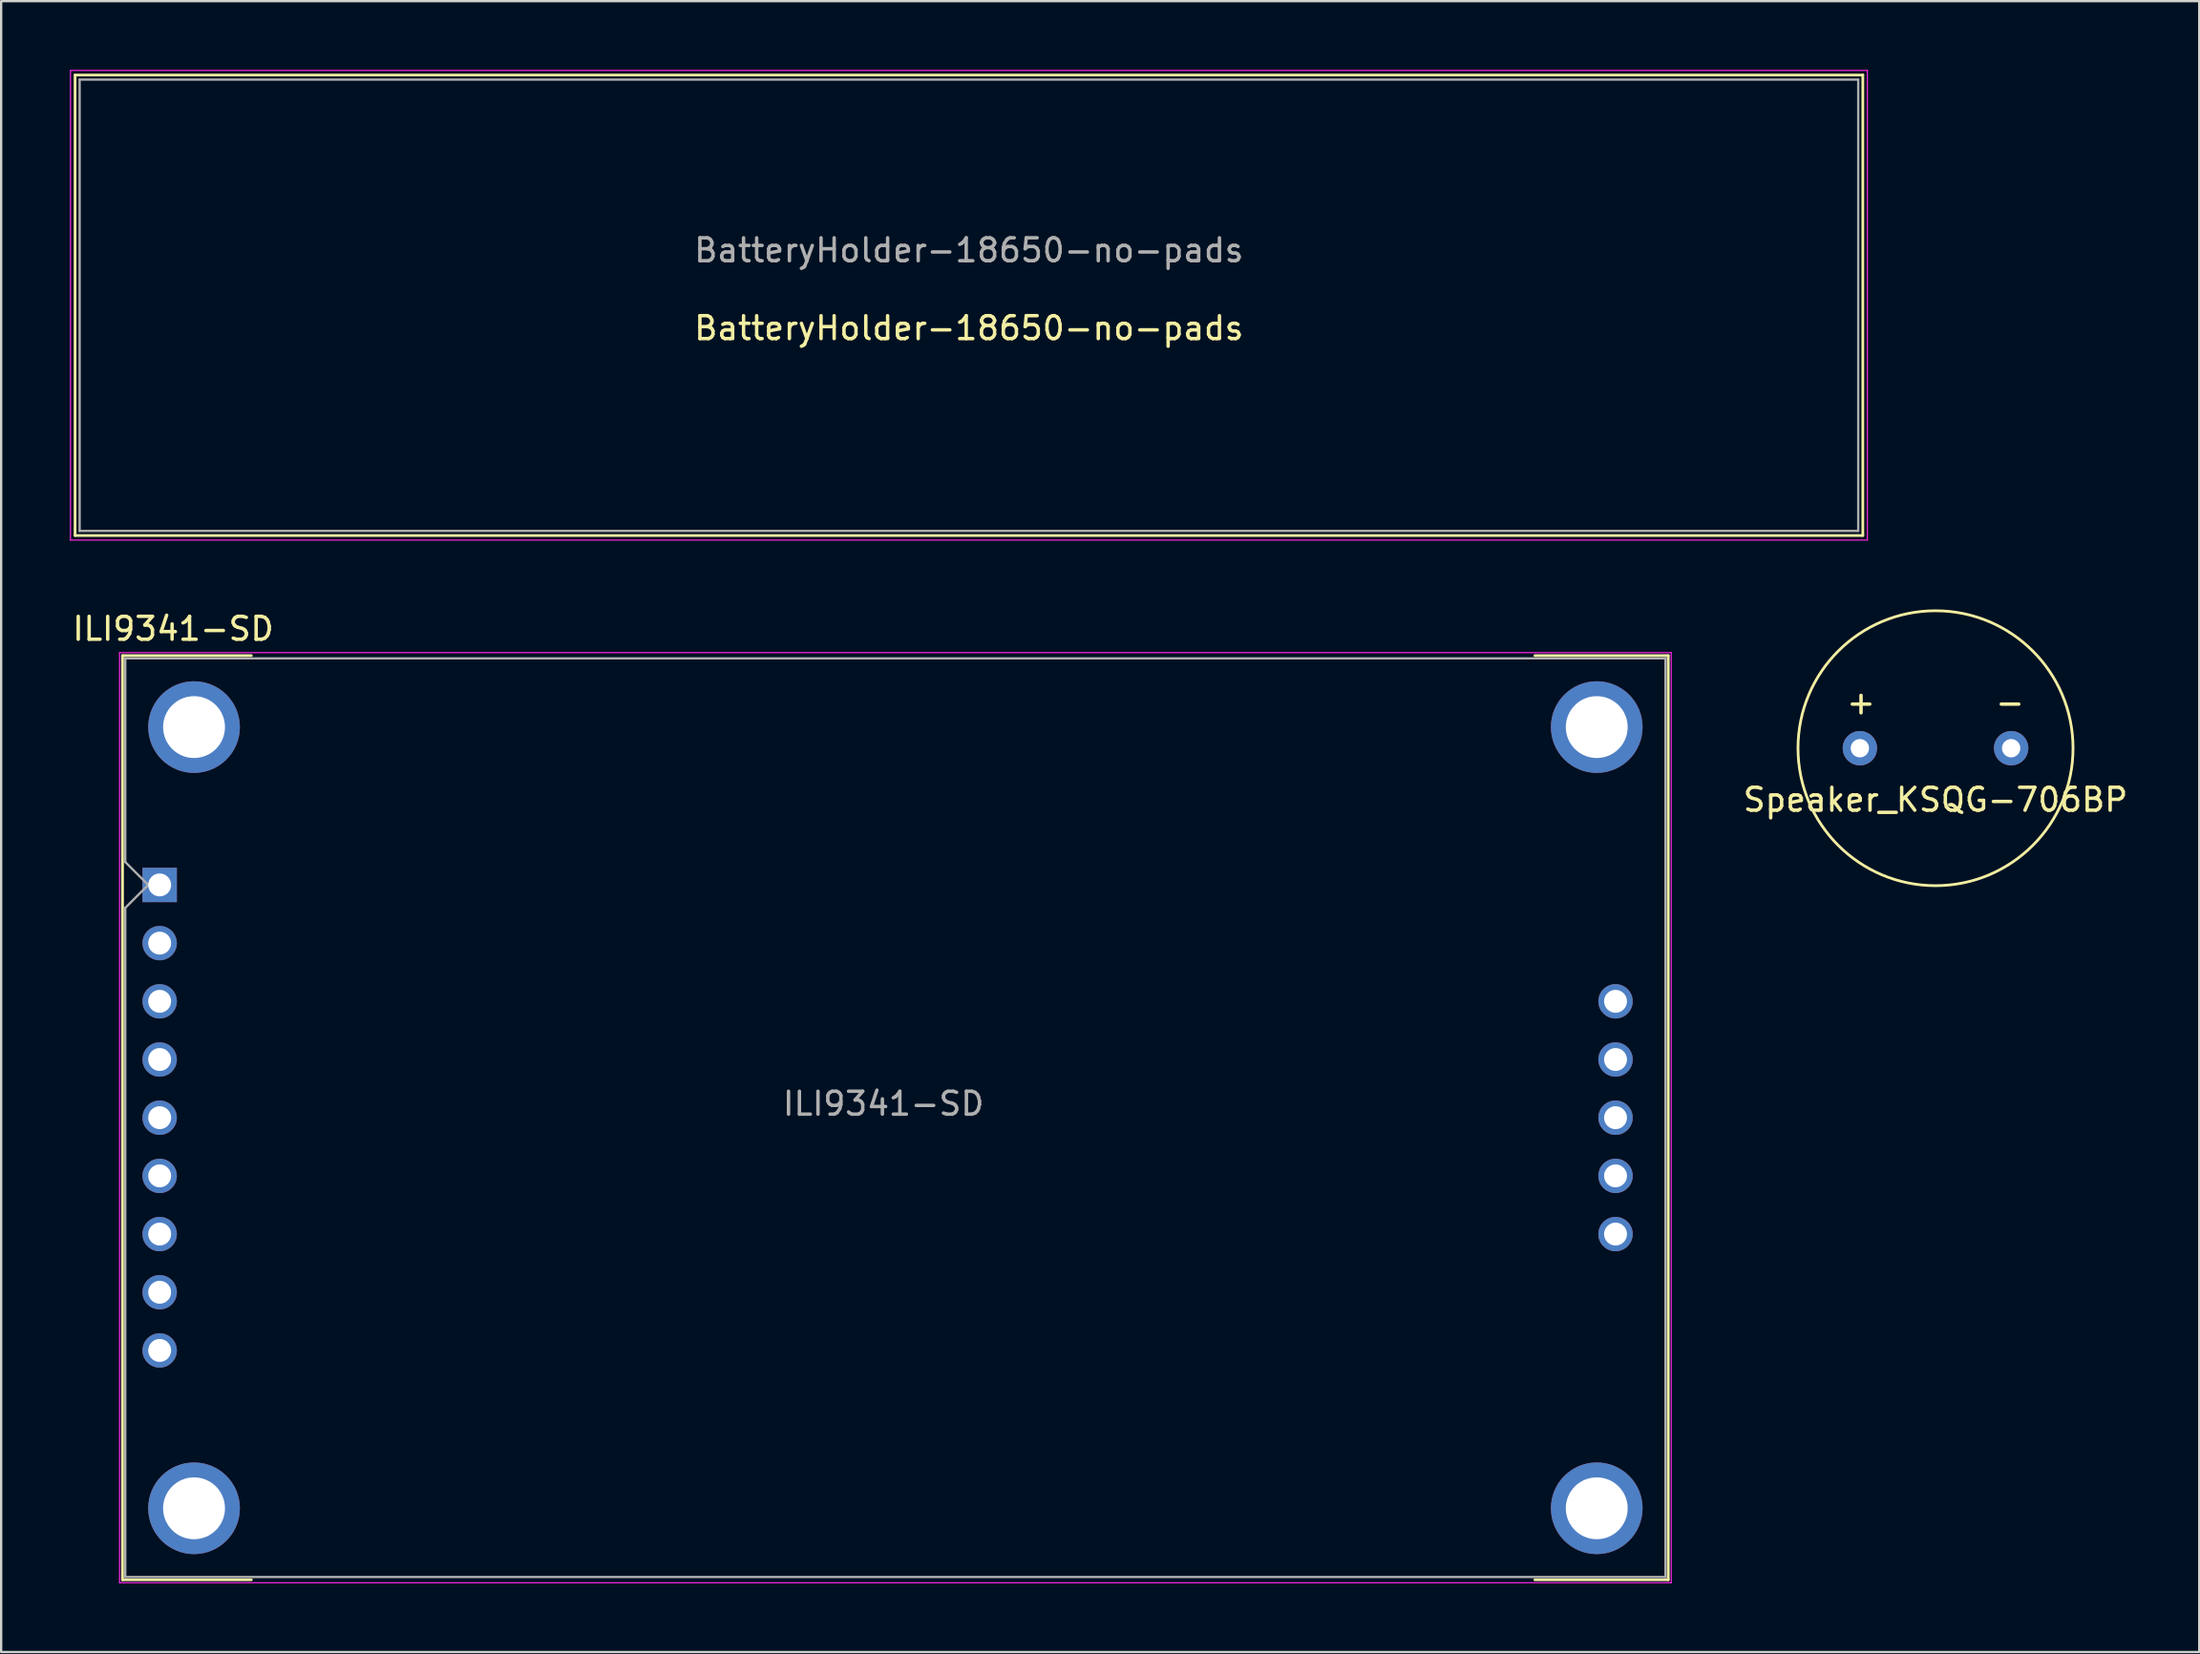
<source format=kicad_pcb>
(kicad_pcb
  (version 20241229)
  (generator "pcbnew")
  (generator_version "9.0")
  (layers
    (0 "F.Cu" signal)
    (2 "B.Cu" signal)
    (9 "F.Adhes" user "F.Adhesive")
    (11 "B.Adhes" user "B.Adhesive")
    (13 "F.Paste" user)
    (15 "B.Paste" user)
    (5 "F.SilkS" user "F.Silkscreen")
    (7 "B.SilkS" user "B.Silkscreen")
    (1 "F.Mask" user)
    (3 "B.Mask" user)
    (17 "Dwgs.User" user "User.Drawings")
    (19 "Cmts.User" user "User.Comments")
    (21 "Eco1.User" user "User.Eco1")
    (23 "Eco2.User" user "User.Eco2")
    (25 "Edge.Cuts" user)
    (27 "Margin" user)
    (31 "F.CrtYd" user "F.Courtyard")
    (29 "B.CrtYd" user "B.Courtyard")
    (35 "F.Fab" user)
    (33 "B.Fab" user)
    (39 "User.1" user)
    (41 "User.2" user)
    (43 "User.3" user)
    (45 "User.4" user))
  (footprint "BatteryHolder-18650-no-pads"
    (layer "F.Cu")
    (at 3.225 10.275)
    (property "Reference" "BatteryHolder-18650-no-pads" (at 36 1 0) (layer "F.SilkS") (effects (font (size 1 1) (thickness 0.15))))
    (attr through_hole)
    (fp_line (start -3 -10.05) (end 75 -10.05) (stroke (width 0.12) (type solid)) (layer "F.SilkS"))
    (fp_line (start -3 10.05) (end -3 -10.05) (stroke (width 0.12) (type solid)) (layer "F.SilkS"))
    (fp_line (start 75 -10.05) (end 75 10.05) (stroke (width 0.12) (type solid)) (layer "F.SilkS"))
    (fp_line (start 75 10.05) (end -3 10.05) (stroke (width 0.12) (type solid)) (layer "F.SilkS"))
    (fp_line (start -3.2 -10.25) (end 75.2 -10.25) (stroke (width 0.05) (type solid)) (layer "F.CrtYd"))
    (fp_line (start -3.2 10.25) (end -3.2 -10.25) (stroke (width 0.05) (type solid)) (layer "F.CrtYd"))
    (fp_line (start 75.2 -10.25) (end 75.2 10.25) (stroke (width 0.05) (type solid)) (layer "F.CrtYd"))
    (fp_line (start 75.2 10.25) (end -3.2 10.25) (stroke (width 0.05) (type solid)) (layer "F.CrtYd"))
    (fp_line (start -2.8 -9.85) (end 74.8 -9.85) (stroke (width 0.1) (type solid)) (layer "F.Fab"))
    (fp_line (start -2.8 9.85) (end -2.8 -9.85) (stroke (width 0.1) (type solid)) (layer "F.Fab"))
    (fp_line (start 74.8 -9.85) (end 74.8 9.85) (stroke (width 0.1) (type solid)) (layer "F.Fab"))
    (fp_line (start 74.8 9.85) (end -2.8 9.85) (stroke (width 0.1) (type solid)) (layer "F.Fab"))
    (fp_text user "${REFERENCE}" (at 36 -2.4 0) (layer "F.Fab") (effects (font (size 1 1) (thickness 0.15)))))
  (footprint "ILI9341-SD"
    (layer "F.Cu")
    (at 3.916 35.578)
    (property "Reference" "ILI9341-SD" (at 0.59 -11.18 0) (layer "F.SilkS") (effects (font (size 1 1) (thickness 0.15))))
    (attr through_hole)
    (fp_line (start -1.62 -10.01) (end 4 -10.01) (stroke (width 0.12) (type solid)) (layer "F.SilkS"))
    (fp_line (start -1.62 30.33) (end -1.62 -10.01) (stroke (width 0.12) (type solid)) (layer "F.SilkS"))
    (fp_line (start -1.62 30.33) (end 4 30.33) (stroke (width 0.12) (type solid)) (layer "F.SilkS"))
    (fp_line (start 65.82 -10.01) (end 60 -10.01) (stroke (width 0.12) (type solid)) (layer "F.SilkS"))
    (fp_line (start 65.82 -10.01) (end 65.82 30.33) (stroke (width 0.12) (type solid)) (layer "F.SilkS"))
    (fp_line (start 65.82 30.33) (end 60 30.33) (stroke (width 0.12) (type solid)) (layer "F.SilkS"))
    (fp_line (start -1.75 -10.14) (end 65.95 -10.14) (stroke (width 0.05) (type solid)) (layer "F.CrtYd"))
    (fp_line (start -1.75 30.46) (end -1.75 -10.14) (stroke (width 0.05) (type solid)) (layer "F.CrtYd"))
    (fp_line (start 65.95 -10.14) (end 65.95 30.46) (stroke (width 0.05) (type solid)) (layer "F.CrtYd"))
    (fp_line (start 65.95 30.46) (end -1.75 30.46) (stroke (width 0.05) (type solid)) (layer "F.CrtYd"))
    (fp_line (start -1.5 -9.89) (end 65.7 -9.89) (stroke (width 0.1) (type solid)) (layer "F.Fab"))
    (fp_line (start -1.5 -1) (end -1.5 -9.89) (stroke (width 0.1) (type solid)) (layer "F.Fab"))
    (fp_line (start -1.5 1) (end -0.5 0) (stroke (width 0.1) (type solid)) (layer "F.Fab"))
    (fp_line (start -1.5 30.21) (end -1.5 1) (stroke (width 0.1) (type solid)) (layer "F.Fab"))
    (fp_line (start -0.5 0) (end -1.5 -1) (stroke (width 0.1) (type solid)) (layer "F.Fab"))
    (fp_line (start 65.7 -9.89) (end 65.7 30.21) (stroke (width 0.1) (type solid)) (layer "F.Fab"))
    (fp_line (start 65.7 30.21) (end -1.5 30.21) (stroke (width 0.1) (type solid)) (layer "F.Fab"))
    (fp_text user "${REFERENCE}" (at 31.58 9.55 0) (layer "F.Fab") (effects (font (size 1 1) (thickness 0.15))))
    (pad "" thru_hole circle (at 1.5 -6.89) (size 4 4) (drill 2.7) (layers "*.Cu" "*.Mask"))
    (pad "" thru_hole circle (at 1.5 27.21) (size 4 4) (drill 2.7) (layers "*.Cu" "*.Mask"))
    (pad "" thru_hole circle (at 62.7 -6.89) (size 4 4) (drill 2.7) (layers "*.Cu" "*.Mask"))
    (pad "" thru_hole circle (at 62.7 27.21) (size 4 4) (drill 2.7) (layers "*.Cu" "*.Mask"))
    (pad "1" thru_hole rect (at 0 0) (size 1.5 1.5) (drill 1) (layers "*.Cu" "*.Mask"))
    (pad "2" thru_hole circle (at 0 2.54) (size 1.5 1.5) (drill 1) (layers "*.Cu" "*.Mask"))
    (pad "3" thru_hole circle (at 0 5.08) (size 1.5 1.5) (drill 1) (layers "*.Cu" "*.Mask"))
    (pad "4" thru_hole circle (at 0 7.62) (size 1.5 1.5) (drill 1) (layers "*.Cu" "*.Mask"))
    (pad "5" thru_hole circle (at 0 10.16) (size 1.5 1.5) (drill 1) (layers "*.Cu" "*.Mask"))
    (pad "6" thru_hole circle (at 0 12.7) (size 1.5 1.5) (drill 1) (layers "*.Cu" "*.Mask"))
    (pad "7" thru_hole circle (at 0 15.24) (size 1.5 1.5) (drill 1) (layers "*.Cu" "*.Mask"))
    (pad "8" thru_hole circle (at 0 17.78) (size 1.5 1.5) (drill 1) (layers "*.Cu" "*.Mask"))
    (pad "9" thru_hole circle (at 0 20.32) (size 1.5 1.5) (drill 1) (layers "*.Cu" "*.Mask"))
    (pad "10" thru_hole circle (at 63.52 5.08) (size 1.5 1.5) (drill 1) (layers "*.Cu" "*.Mask"))
    (pad "11" thru_hole circle (at 63.52 7.62) (size 1.5 1.5) (drill 1) (layers "*.Cu" "*.Mask"))
    (pad "12" thru_hole circle (at 63.52 10.16) (size 1.5 1.5) (drill 1) (layers "*.Cu" "*.Mask"))
    (pad "13" thru_hole circle (at 63.52 12.7) (size 1.5 1.5) (drill 1) (layers "*.Cu" "*.Mask"))
    (pad "14" thru_hole circle (at 63.52 15.24) (size 1.5 1.5) (drill 1) (layers "*.Cu" "*.Mask")))
  (footprint "Speaker_KSQG-706BP"
    (layer "F.Cu")
    (at 81.397 29.61)
    (property "Reference" "Speaker_KSQG-706BP" (at 0 2.25 0) (layer "F.SilkS") (effects (font (size 1 1) (thickness 0.15))))
    (attr through_hole)
    (fp_circle (center 0 0) (end 6 0) (stroke (width 0.12) (type solid)) (fill no) (layer "F.SilkS"))
    (fp_text user "-" (at 3.25 -2 0) (layer "F.SilkS") (effects (font (size 1 1) (thickness 0.15))))
    (fp_text user "+" (at -3.25 -2 0) (layer "F.SilkS") (effects (font (size 1 1) (thickness 0.15))))
    (pad "1" thru_hole circle (at -3.3 0) (size 1.5 1.5) (drill 0.8) (layers "*.Cu" "*.Mask"))
    (pad "2" thru_hole circle (at 3.3 0) (size 1.5 1.5) (drill 0.8) (layers "*.Cu" "*.Mask")))
  (gr_rect
    (start -3 -3)
    (end 92.903 69.063)
    (stroke (width 0.1) (type default))
    (fill no)
    (layer "Edge.Cuts")))
</source>
